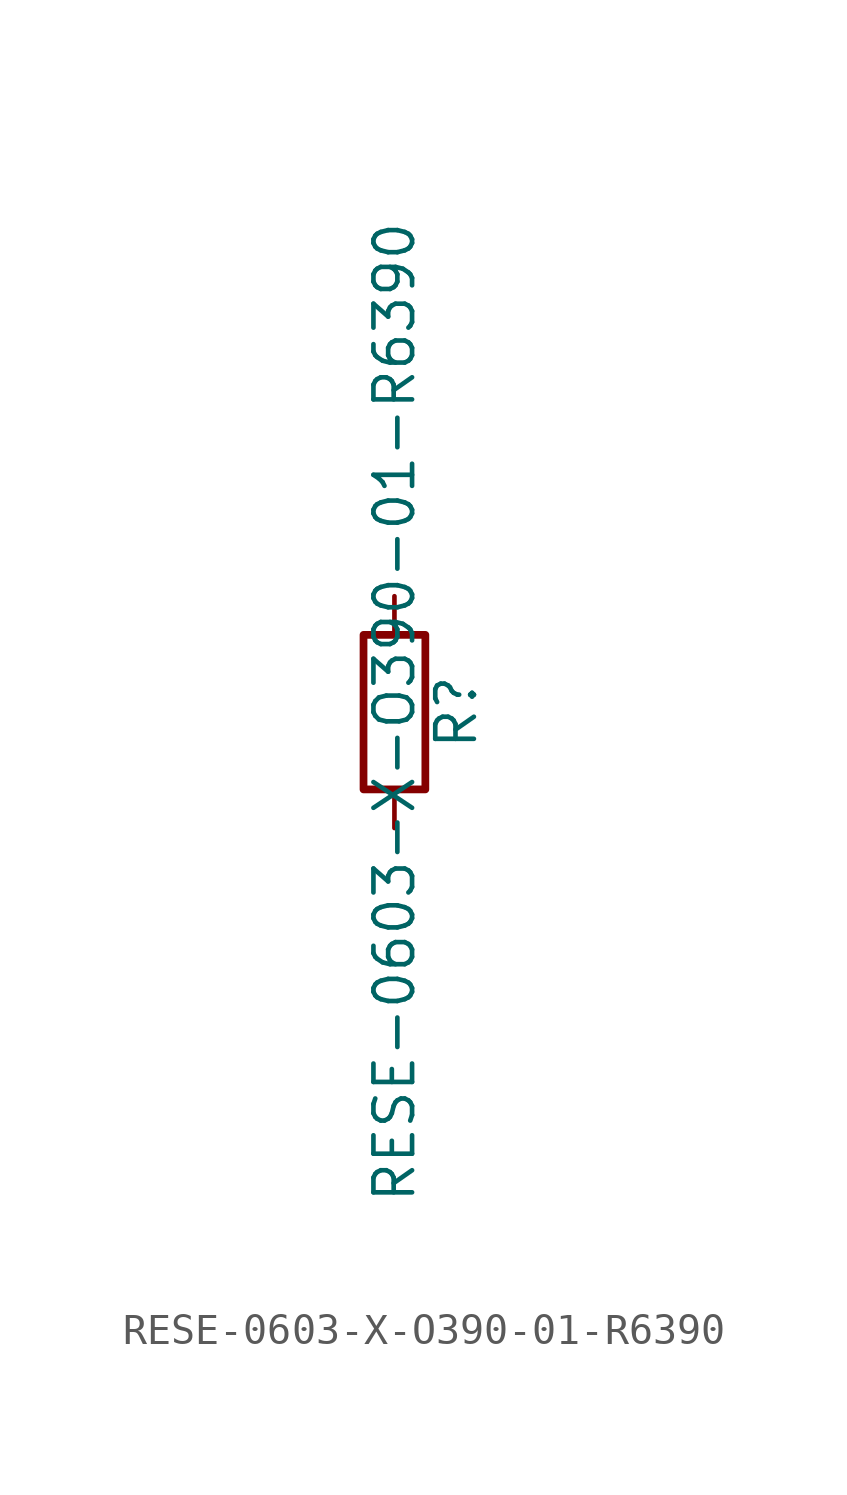
<source format=kicad_sym>
(kicad_symbol_lib
  (version 20211014)
  (generator kicad_symbol_editor)
  (symbol "RESE-0603-X-O390-01-R6390"
    (pin_numbers hide)
    (pin_names
      (offset 0))
    (property "Reference" "R"
      (at 2.032 0 90)
      (effects (font (size 1.27 1.27))))
    (property "Value" "RESE-0603-X-O390-01-R6390"
      (at 0 0 90)
      (effects (font (size 1.27 1.27))))
    (symbol "RESE-0603-X-O390-01-R6390_0_1"
      (rectangle (start -1.016 -2.54) (end 1.016 2.54) (stroke (width 0.254) (type default) (color 0 0 0 0)) (fill (type none))))
    (symbol "RESE-0603-X-O390-01-R6390_1_1"
      (pin passive line (at 0 3.81 270) (length 1.27) (name "~" (effects (font (size 1.27 1.27)))) (number "1" (effects (font (size 1.27 1.27)))))
      (pin passive line (at 0 -3.81 90) (length 1.27) (name "~" (effects (font (size 1.27 1.27)))) (number "2" (effects (font (size 1.27 1.27))))))))
</source>
